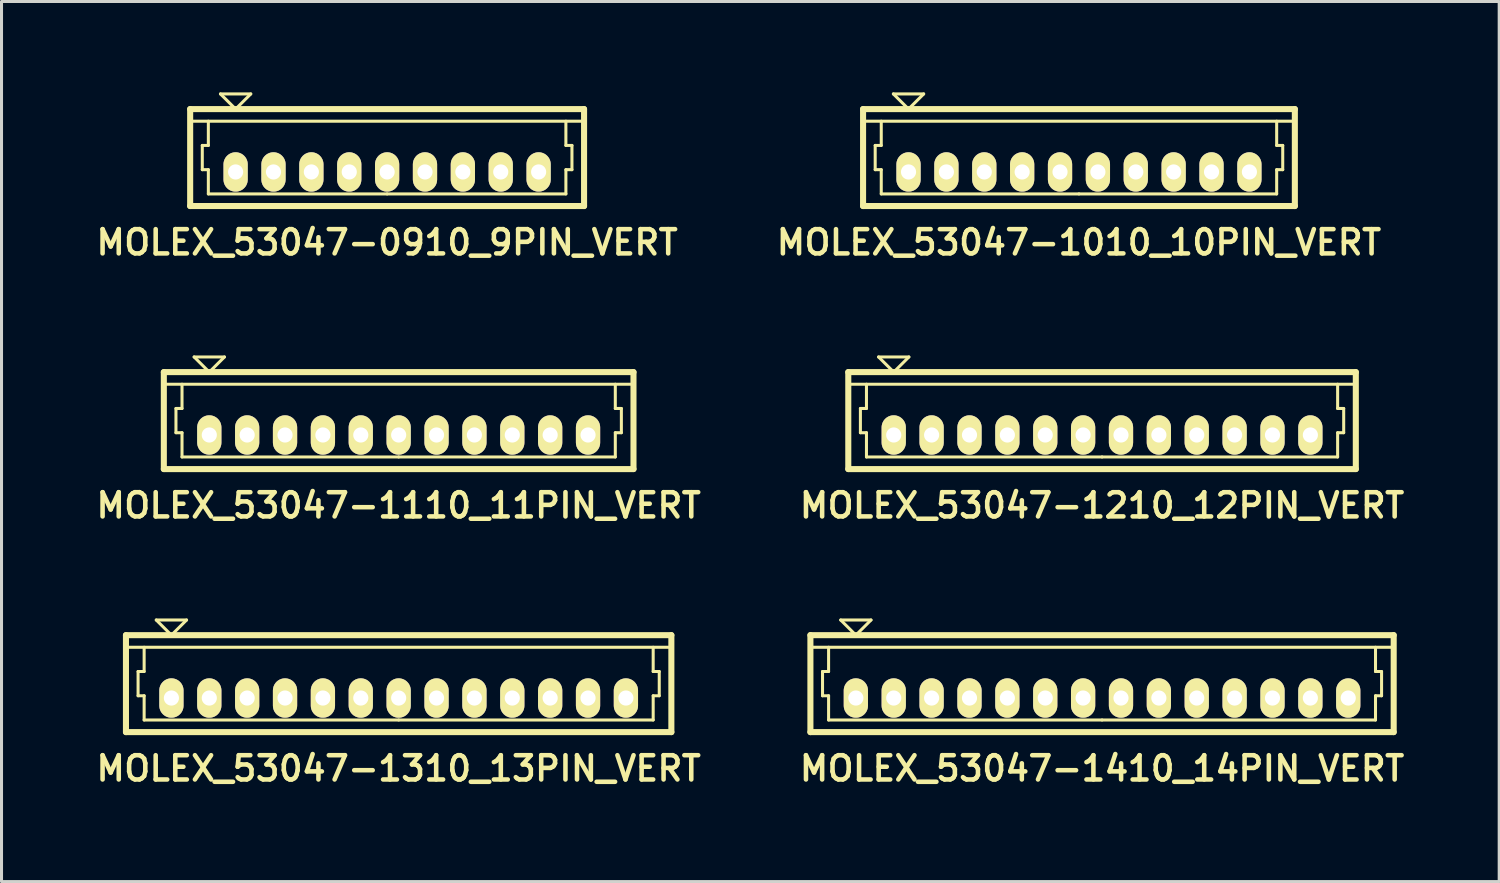
<source format=kicad_pcb>
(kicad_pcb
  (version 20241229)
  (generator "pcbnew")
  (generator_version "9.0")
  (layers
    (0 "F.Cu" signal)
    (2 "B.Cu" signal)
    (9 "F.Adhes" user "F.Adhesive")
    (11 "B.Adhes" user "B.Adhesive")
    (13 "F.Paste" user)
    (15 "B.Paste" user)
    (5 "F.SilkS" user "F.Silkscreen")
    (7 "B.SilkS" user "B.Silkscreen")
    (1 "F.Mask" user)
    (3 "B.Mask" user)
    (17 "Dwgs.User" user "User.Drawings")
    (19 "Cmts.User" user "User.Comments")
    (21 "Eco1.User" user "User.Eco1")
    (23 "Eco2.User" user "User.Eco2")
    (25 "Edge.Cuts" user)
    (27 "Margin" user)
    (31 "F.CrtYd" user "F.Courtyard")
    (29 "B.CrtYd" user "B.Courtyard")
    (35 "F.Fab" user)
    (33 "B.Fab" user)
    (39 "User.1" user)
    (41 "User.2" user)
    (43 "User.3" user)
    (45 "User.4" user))
  (footprint "MOLEX_53047-0910_9PIN_VERT"
    (layer "F.Cu")
    (at 9.726 2.15)
    (property "Reference" "MOLEX_53047-0910_9PIN_VERT" (at 0 2.8 0) (layer "F.SilkS") (effects (font (size 0.8 0.8) (thickness 0.15))))
    (attr through_hole)
    (fp_line (start -6.5 -1.6) (end -6.5 1.6) (stroke (width 0.2) (type solid)) (layer "F.SilkS"))
    (fp_line (start -6.5 -1.6) (end 6.5 -1.6) (stroke (width 0.2) (type solid)) (layer "F.SilkS"))
    (fp_line (start -6.5 -1.2) (end 6.5 -1.2) (stroke (width 0.1) (type solid)) (layer "F.SilkS"))
    (fp_line (start -6.5 1.6) (end 6.5 1.6) (stroke (width 0.2) (type solid)) (layer "F.SilkS"))
    (fp_line (start -6.1 -0.4) (end -5.9 -0.4) (stroke (width 0.1) (type solid)) (layer "F.SilkS"))
    (fp_line (start -6.1 0.4) (end -6.1 -0.4) (stroke (width 0.1) (type solid)) (layer "F.SilkS"))
    (fp_line (start -5.9 -0.4) (end -5.9 -1.2) (stroke (width 0.1) (type solid)) (layer "F.SilkS"))
    (fp_line (start -5.9 0.4) (end -6.1 0.4) (stroke (width 0.1) (type solid)) (layer "F.SilkS"))
    (fp_line (start -5.9 1.2) (end -5.9 0.4) (stroke (width 0.1) (type solid)) (layer "F.SilkS"))
    (fp_line (start -5.5 -2.1) (end -5 -1.6) (stroke (width 0.1) (type solid)) (layer "F.SilkS"))
    (fp_line (start -5 -1.6) (end -4.5 -2.1) (stroke (width 0.1) (type solid)) (layer "F.SilkS"))
    (fp_line (start -4.5 -2.1) (end -5.5 -2.1) (stroke (width 0.1) (type solid)) (layer "F.SilkS"))
    (fp_line (start 0 1.2) (end -5.9 1.2) (stroke (width 0.1) (type solid)) (layer "F.SilkS"))
    (fp_line (start 0 1.2) (end 5.9 1.2) (stroke (width 0.1) (type solid)) (layer "F.SilkS"))
    (fp_line (start 5.9 -0.4) (end 5.9 -1.2) (stroke (width 0.1) (type solid)) (layer "F.SilkS"))
    (fp_line (start 5.9 0.4) (end 6.1 0.4) (stroke (width 0.1) (type solid)) (layer "F.SilkS"))
    (fp_line (start 5.9 1.2) (end 5.9 0.4) (stroke (width 0.1) (type solid)) (layer "F.SilkS"))
    (fp_line (start 6.1 -0.4) (end 5.9 -0.4) (stroke (width 0.1) (type solid)) (layer "F.SilkS"))
    (fp_line (start 6.1 0.4) (end 6.1 -0.4) (stroke (width 0.1) (type solid)) (layer "F.SilkS"))
    (fp_line (start 6.5 -1.6) (end 6.5 1.6) (stroke (width 0.2) (type solid)) (layer "F.SilkS"))
    (pad "1" thru_hole oval (at -5 0.475) (size 0.8 1.3) (drill 0.5) (layers "*.Cu" "*.Mask" "F.SilkS"))
    (pad "2" thru_hole oval (at -3.75 0.475) (size 0.8 1.3) (drill 0.5) (layers "*.Cu" "*.Mask" "F.SilkS"))
    (pad "3" thru_hole oval (at -2.5 0.475) (size 0.8 1.3) (drill 0.5) (layers "*.Cu" "*.Mask" "F.SilkS"))
    (pad "4" thru_hole oval (at -1.25 0.475) (size 0.8 1.3) (drill 0.5) (layers "*.Cu" "*.Mask" "F.SilkS"))
    (pad "5" thru_hole oval (at 0 0.475) (size 0.8 1.3) (drill 0.5) (layers "*.Cu" "*.Mask" "F.SilkS"))
    (pad "6" thru_hole oval (at 1.25 0.475) (size 0.8 1.3) (drill 0.5) (layers "*.Cu" "*.Mask" "F.SilkS"))
    (pad "7" thru_hole oval (at 2.5 0.475) (size 0.8 1.3) (drill 0.5) (layers "*.Cu" "*.Mask" "F.SilkS"))
    (pad "8" thru_hole oval (at 3.75 0.475) (size 0.8 1.3) (drill 0.5) (layers "*.Cu" "*.Mask" "F.SilkS"))
    (pad "9" thru_hole oval (at 5 0.475) (size 0.8 1.3) (drill 0.5) (layers "*.Cu" "*.Mask" "F.SilkS")))
  (footprint "MOLEX_53047-1410_14PIN_VERT"
    (layer "F.Cu")
    (at 33.321 19.512)
    (property "Reference" "MOLEX_53047-1410_14PIN_VERT" (at 0 2.8 0) (layer "F.SilkS") (effects (font (size 0.8 0.8) (thickness 0.15))))
    (attr through_hole)
    (fp_line (start -9.625 -1.6) (end -9.625 1.6) (stroke (width 0.2) (type solid)) (layer "F.SilkS"))
    (fp_line (start -9.625 -1.6) (end 9.625 -1.6) (stroke (width 0.2) (type solid)) (layer "F.SilkS"))
    (fp_line (start -9.625 -1.2) (end 9.625 -1.2) (stroke (width 0.1) (type solid)) (layer "F.SilkS"))
    (fp_line (start -9.625 1.6) (end 9.625 1.6) (stroke (width 0.2) (type solid)) (layer "F.SilkS"))
    (fp_line (start -9.225 -0.4) (end -9.025 -0.4) (stroke (width 0.1) (type solid)) (layer "F.SilkS"))
    (fp_line (start -9.225 0.4) (end -9.225 -0.4) (stroke (width 0.1) (type solid)) (layer "F.SilkS"))
    (fp_line (start -9.025 -0.4) (end -9.025 -1.2) (stroke (width 0.1) (type solid)) (layer "F.SilkS"))
    (fp_line (start -9.025 0.4) (end -9.225 0.4) (stroke (width 0.1) (type solid)) (layer "F.SilkS"))
    (fp_line (start -9.025 1.2) (end -9.025 0.4) (stroke (width 0.1) (type solid)) (layer "F.SilkS"))
    (fp_line (start -8.625 -2.1) (end -8.125 -1.6) (stroke (width 0.1) (type solid)) (layer "F.SilkS"))
    (fp_line (start -8.125 -1.6) (end -7.625 -2.1) (stroke (width 0.1) (type solid)) (layer "F.SilkS"))
    (fp_line (start -7.625 -2.1) (end -8.625 -2.1) (stroke (width 0.1) (type solid)) (layer "F.SilkS"))
    (fp_line (start 0 1.2) (end -9.025 1.2) (stroke (width 0.1) (type solid)) (layer "F.SilkS"))
    (fp_line (start 0 1.2) (end 9.025 1.2) (stroke (width 0.1) (type solid)) (layer "F.SilkS"))
    (fp_line (start 9.025 -0.4) (end 9.025 -1.2) (stroke (width 0.1) (type solid)) (layer "F.SilkS"))
    (fp_line (start 9.025 0.4) (end 9.225 0.4) (stroke (width 0.1) (type solid)) (layer "F.SilkS"))
    (fp_line (start 9.025 1.2) (end 9.025 0.4) (stroke (width 0.1) (type solid)) (layer "F.SilkS"))
    (fp_line (start 9.225 -0.4) (end 9.025 -0.4) (stroke (width 0.1) (type solid)) (layer "F.SilkS"))
    (fp_line (start 9.225 0.4) (end 9.225 -0.4) (stroke (width 0.1) (type solid)) (layer "F.SilkS"))
    (fp_line (start 9.625 -1.6) (end 9.625 1.6) (stroke (width 0.2) (type solid)) (layer "F.SilkS"))
    (pad "1" thru_hole oval (at -8.125 0.475) (size 0.8 1.3) (drill 0.5) (layers "*.Cu" "*.Mask" "F.SilkS"))
    (pad "2" thru_hole oval (at -6.875 0.475) (size 0.8 1.3) (drill 0.5) (layers "*.Cu" "*.Mask" "F.SilkS"))
    (pad "3" thru_hole oval (at -5.625 0.475) (size 0.8 1.3) (drill 0.5) (layers "*.Cu" "*.Mask" "F.SilkS"))
    (pad "4" thru_hole oval (at -4.375 0.475) (size 0.8 1.3) (drill 0.5) (layers "*.Cu" "*.Mask" "F.SilkS"))
    (pad "5" thru_hole oval (at -3.125 0.475) (size 0.8 1.3) (drill 0.5) (layers "*.Cu" "*.Mask" "F.SilkS"))
    (pad "6" thru_hole oval (at -1.875 0.475) (size 0.8 1.3) (drill 0.5) (layers "*.Cu" "*.Mask" "F.SilkS"))
    (pad "7" thru_hole oval (at -0.625 0.475) (size 0.8 1.3) (drill 0.5) (layers "*.Cu" "*.Mask" "F.SilkS"))
    (pad "8" thru_hole oval (at 0.625 0.475) (size 0.8 1.3) (drill 0.5) (layers "*.Cu" "*.Mask" "F.SilkS"))
    (pad "9" thru_hole oval (at 1.875 0.475) (size 0.8 1.3) (drill 0.5) (layers "*.Cu" "*.Mask" "F.SilkS"))
    (pad "10" thru_hole oval (at 3.125 0.475) (size 0.8 1.3) (drill 0.5) (layers "*.Cu" "*.Mask" "F.SilkS"))
    (pad "11" thru_hole oval (at 4.375 0.475) (size 0.8 1.3) (drill 0.5) (layers "*.Cu" "*.Mask" "F.SilkS"))
    (pad "12" thru_hole oval (at 5.625 0.475) (size 0.8 1.3) (drill 0.5) (layers "*.Cu" "*.Mask" "F.SilkS"))
    (pad "13" thru_hole oval (at 6.875 0.475) (size 0.8 1.3) (drill 0.5) (layers "*.Cu" "*.Mask" "F.SilkS"))
    (pad "14" thru_hole oval (at 8.125 0.475) (size 0.8 1.3) (drill 0.5) (layers "*.Cu" "*.Mask" "F.SilkS")))
  (footprint "MOLEX_53047-1210_12PIN_VERT"
    (layer "F.Cu")
    (at 33.321 10.831)
    (property "Reference" "MOLEX_53047-1210_12PIN_VERT" (at 0 2.8 0) (layer "F.SilkS") (effects (font (size 0.8 0.8) (thickness 0.15))))
    (attr through_hole)
    (fp_line (start -8.375 -1.6) (end -8.375 1.6) (stroke (width 0.2) (type solid)) (layer "F.SilkS"))
    (fp_line (start -8.375 -1.6) (end 8.375 -1.6) (stroke (width 0.2) (type solid)) (layer "F.SilkS"))
    (fp_line (start -8.375 -1.2) (end 8.375 -1.2) (stroke (width 0.1) (type solid)) (layer "F.SilkS"))
    (fp_line (start -8.375 1.6) (end 8.375 1.6) (stroke (width 0.2) (type solid)) (layer "F.SilkS"))
    (fp_line (start -7.975 -0.4) (end -7.775 -0.4) (stroke (width 0.1) (type solid)) (layer "F.SilkS"))
    (fp_line (start -7.975 0.4) (end -7.975 -0.4) (stroke (width 0.1) (type solid)) (layer "F.SilkS"))
    (fp_line (start -7.775 -0.4) (end -7.775 -1.2) (stroke (width 0.1) (type solid)) (layer "F.SilkS"))
    (fp_line (start -7.775 0.4) (end -7.975 0.4) (stroke (width 0.1) (type solid)) (layer "F.SilkS"))
    (fp_line (start -7.775 1.2) (end -7.775 0.4) (stroke (width 0.1) (type solid)) (layer "F.SilkS"))
    (fp_line (start -7.375 -2.1) (end -6.875 -1.6) (stroke (width 0.1) (type solid)) (layer "F.SilkS"))
    (fp_line (start -6.875 -1.6) (end -6.375 -2.1) (stroke (width 0.1) (type solid)) (layer "F.SilkS"))
    (fp_line (start -6.375 -2.1) (end -7.375 -2.1) (stroke (width 0.1) (type solid)) (layer "F.SilkS"))
    (fp_line (start 0 1.2) (end -7.775 1.2) (stroke (width 0.1) (type solid)) (layer "F.SilkS"))
    (fp_line (start 0 1.2) (end 7.775 1.2) (stroke (width 0.1) (type solid)) (layer "F.SilkS"))
    (fp_line (start 7.775 -0.4) (end 7.775 -1.2) (stroke (width 0.1) (type solid)) (layer "F.SilkS"))
    (fp_line (start 7.775 0.4) (end 7.975 0.4) (stroke (width 0.1) (type solid)) (layer "F.SilkS"))
    (fp_line (start 7.775 1.2) (end 7.775 0.4) (stroke (width 0.1) (type solid)) (layer "F.SilkS"))
    (fp_line (start 7.975 -0.4) (end 7.775 -0.4) (stroke (width 0.1) (type solid)) (layer "F.SilkS"))
    (fp_line (start 7.975 0.4) (end 7.975 -0.4) (stroke (width 0.1) (type solid)) (layer "F.SilkS"))
    (fp_line (start 8.375 -1.6) (end 8.375 1.6) (stroke (width 0.2) (type solid)) (layer "F.SilkS"))
    (pad "1" thru_hole oval (at -6.875 0.475) (size 0.8 1.3) (drill 0.5) (layers "*.Cu" "*.Mask" "F.SilkS"))
    (pad "2" thru_hole oval (at -5.625 0.475) (size 0.8 1.3) (drill 0.5) (layers "*.Cu" "*.Mask" "F.SilkS"))
    (pad "3" thru_hole oval (at -4.375 0.475) (size 0.8 1.3) (drill 0.5) (layers "*.Cu" "*.Mask" "F.SilkS"))
    (pad "4" thru_hole oval (at -3.125 0.475) (size 0.8 1.3) (drill 0.5) (layers "*.Cu" "*.Mask" "F.SilkS"))
    (pad "5" thru_hole oval (at -1.875 0.475) (size 0.8 1.3) (drill 0.5) (layers "*.Cu" "*.Mask" "F.SilkS"))
    (pad "6" thru_hole oval (at -0.625 0.475) (size 0.8 1.3) (drill 0.5) (layers "*.Cu" "*.Mask" "F.SilkS"))
    (pad "7" thru_hole oval (at 0.625 0.475) (size 0.8 1.3) (drill 0.5) (layers "*.Cu" "*.Mask" "F.SilkS"))
    (pad "8" thru_hole oval (at 1.875 0.475) (size 0.8 1.3) (drill 0.5) (layers "*.Cu" "*.Mask" "F.SilkS"))
    (pad "9" thru_hole oval (at 3.125 0.475) (size 0.8 1.3) (drill 0.5) (layers "*.Cu" "*.Mask" "F.SilkS"))
    (pad "10" thru_hole oval (at 4.375 0.475) (size 0.8 1.3) (drill 0.5) (layers "*.Cu" "*.Mask" "F.SilkS"))
    (pad "11" thru_hole oval (at 5.625 0.475) (size 0.8 1.3) (drill 0.5) (layers "*.Cu" "*.Mask" "F.SilkS"))
    (pad "12" thru_hole oval (at 6.875 0.475) (size 0.8 1.3) (drill 0.5) (layers "*.Cu" "*.Mask" "F.SilkS")))
  (footprint "MOLEX_53047-1110_11PIN_VERT"
    (layer "F.Cu")
    (at 10.107 10.831)
    (property "Reference" "MOLEX_53047-1110_11PIN_VERT" (at 0 2.8 0) (layer "F.SilkS") (effects (font (size 0.8 0.8) (thickness 0.15))))
    (attr through_hole)
    (fp_line (start -7.75 -1.6) (end -7.75 1.6) (stroke (width 0.2) (type solid)) (layer "F.SilkS"))
    (fp_line (start -7.75 -1.6) (end 7.75 -1.6) (stroke (width 0.2) (type solid)) (layer "F.SilkS"))
    (fp_line (start -7.75 -1.2) (end 7.75 -1.2) (stroke (width 0.1) (type solid)) (layer "F.SilkS"))
    (fp_line (start -7.75 1.6) (end 7.75 1.6) (stroke (width 0.2) (type solid)) (layer "F.SilkS"))
    (fp_line (start -7.35 -0.4) (end -7.15 -0.4) (stroke (width 0.1) (type solid)) (layer "F.SilkS"))
    (fp_line (start -7.35 0.4) (end -7.35 -0.4) (stroke (width 0.1) (type solid)) (layer "F.SilkS"))
    (fp_line (start -7.15 -0.4) (end -7.15 -1.2) (stroke (width 0.1) (type solid)) (layer "F.SilkS"))
    (fp_line (start -7.15 0.4) (end -7.35 0.4) (stroke (width 0.1) (type solid)) (layer "F.SilkS"))
    (fp_line (start -7.15 1.2) (end -7.15 0.4) (stroke (width 0.1) (type solid)) (layer "F.SilkS"))
    (fp_line (start -6.75 -2.1) (end -6.25 -1.6) (stroke (width 0.1) (type solid)) (layer "F.SilkS"))
    (fp_line (start -6.25 -1.6) (end -5.75 -2.1) (stroke (width 0.1) (type solid)) (layer "F.SilkS"))
    (fp_line (start -5.75 -2.1) (end -6.75 -2.1) (stroke (width 0.1) (type solid)) (layer "F.SilkS"))
    (fp_line (start 0 1.2) (end -7.15 1.2) (stroke (width 0.1) (type solid)) (layer "F.SilkS"))
    (fp_line (start 0 1.2) (end 7.15 1.2) (stroke (width 0.1) (type solid)) (layer "F.SilkS"))
    (fp_line (start 7.15 -0.4) (end 7.15 -1.2) (stroke (width 0.1) (type solid)) (layer "F.SilkS"))
    (fp_line (start 7.15 0.4) (end 7.35 0.4) (stroke (width 0.1) (type solid)) (layer "F.SilkS"))
    (fp_line (start 7.15 1.2) (end 7.15 0.4) (stroke (width 0.1) (type solid)) (layer "F.SilkS"))
    (fp_line (start 7.35 -0.4) (end 7.15 -0.4) (stroke (width 0.1) (type solid)) (layer "F.SilkS"))
    (fp_line (start 7.35 0.4) (end 7.35 -0.4) (stroke (width 0.1) (type solid)) (layer "F.SilkS"))
    (fp_line (start 7.75 -1.6) (end 7.75 1.6) (stroke (width 0.2) (type solid)) (layer "F.SilkS"))
    (pad "1" thru_hole oval (at -6.25 0.475) (size 0.8 1.3) (drill 0.5) (layers "*.Cu" "*.Mask" "F.SilkS"))
    (pad "2" thru_hole oval (at -5 0.475) (size 0.8 1.3) (drill 0.5) (layers "*.Cu" "*.Mask" "F.SilkS"))
    (pad "3" thru_hole oval (at -3.75 0.475) (size 0.8 1.3) (drill 0.5) (layers "*.Cu" "*.Mask" "F.SilkS"))
    (pad "4" thru_hole oval (at -2.5 0.475) (size 0.8 1.3) (drill 0.5) (layers "*.Cu" "*.Mask" "F.SilkS"))
    (pad "5" thru_hole oval (at -1.25 0.475) (size 0.8 1.3) (drill 0.5) (layers "*.Cu" "*.Mask" "F.SilkS"))
    (pad "6" thru_hole oval (at 0 0.475) (size 0.8 1.3) (drill 0.5) (layers "*.Cu" "*.Mask" "F.SilkS"))
    (pad "7" thru_hole oval (at 1.25 0.475) (size 0.8 1.3) (drill 0.5) (layers "*.Cu" "*.Mask" "F.SilkS"))
    (pad "8" thru_hole oval (at 2.5 0.475) (size 0.8 1.3) (drill 0.5) (layers "*.Cu" "*.Mask" "F.SilkS"))
    (pad "9" thru_hole oval (at 3.75 0.475) (size 0.8 1.3) (drill 0.5) (layers "*.Cu" "*.Mask" "F.SilkS"))
    (pad "10" thru_hole oval (at 5 0.475) (size 0.8 1.3) (drill 0.5) (layers "*.Cu" "*.Mask" "F.SilkS"))
    (pad "11" thru_hole oval (at 6.25 0.475) (size 0.8 1.3) (drill 0.5) (layers "*.Cu" "*.Mask" "F.SilkS")))
  (footprint "MOLEX_53047-1010_10PIN_VERT"
    (layer "F.Cu")
    (at 32.559 2.15)
    (property "Reference" "MOLEX_53047-1010_10PIN_VERT" (at 0 2.8 0) (layer "F.SilkS") (effects (font (size 0.8 0.8) (thickness 0.15))))
    (attr through_hole)
    (fp_line (start -7.125 -1.6) (end -7.125 1.6) (stroke (width 0.2) (type solid)) (layer "F.SilkS"))
    (fp_line (start -7.125 -1.6) (end 7.125 -1.6) (stroke (width 0.2) (type solid)) (layer "F.SilkS"))
    (fp_line (start -7.125 -1.2) (end 7.125 -1.2) (stroke (width 0.1) (type solid)) (layer "F.SilkS"))
    (fp_line (start -7.125 1.6) (end 7.125 1.6) (stroke (width 0.2) (type solid)) (layer "F.SilkS"))
    (fp_line (start -6.725 -0.4) (end -6.525 -0.4) (stroke (width 0.1) (type solid)) (layer "F.SilkS"))
    (fp_line (start -6.725 0.4) (end -6.725 -0.4) (stroke (width 0.1) (type solid)) (layer "F.SilkS"))
    (fp_line (start -6.525 -0.4) (end -6.525 -1.2) (stroke (width 0.1) (type solid)) (layer "F.SilkS"))
    (fp_line (start -6.525 0.4) (end -6.725 0.4) (stroke (width 0.1) (type solid)) (layer "F.SilkS"))
    (fp_line (start -6.525 1.2) (end -6.525 0.4) (stroke (width 0.1) (type solid)) (layer "F.SilkS"))
    (fp_line (start -6.125 -2.1) (end -5.625 -1.6) (stroke (width 0.1) (type solid)) (layer "F.SilkS"))
    (fp_line (start -5.625 -1.6) (end -5.125 -2.1) (stroke (width 0.1) (type solid)) (layer "F.SilkS"))
    (fp_line (start -5.125 -2.1) (end -6.125 -2.1) (stroke (width 0.1) (type solid)) (layer "F.SilkS"))
    (fp_line (start 0 1.2) (end -6.525 1.2) (stroke (width 0.1) (type solid)) (layer "F.SilkS"))
    (fp_line (start 0 1.2) (end 6.525 1.2) (stroke (width 0.1) (type solid)) (layer "F.SilkS"))
    (fp_line (start 6.525 -0.4) (end 6.525 -1.2) (stroke (width 0.1) (type solid)) (layer "F.SilkS"))
    (fp_line (start 6.525 0.4) (end 6.725 0.4) (stroke (width 0.1) (type solid)) (layer "F.SilkS"))
    (fp_line (start 6.525 1.2) (end 6.525 0.4) (stroke (width 0.1) (type solid)) (layer "F.SilkS"))
    (fp_line (start 6.725 -0.4) (end 6.525 -0.4) (stroke (width 0.1) (type solid)) (layer "F.SilkS"))
    (fp_line (start 6.725 0.4) (end 6.725 -0.4) (stroke (width 0.1) (type solid)) (layer "F.SilkS"))
    (fp_line (start 7.125 -1.6) (end 7.125 1.6) (stroke (width 0.2) (type solid)) (layer "F.SilkS"))
    (pad "1" thru_hole oval (at -5.625 0.475) (size 0.8 1.3) (drill 0.5) (layers "*.Cu" "*.Mask" "F.SilkS"))
    (pad "2" thru_hole oval (at -4.375 0.475) (size 0.8 1.3) (drill 0.5) (layers "*.Cu" "*.Mask" "F.SilkS"))
    (pad "3" thru_hole oval (at -3.125 0.475) (size 0.8 1.3) (drill 0.5) (layers "*.Cu" "*.Mask" "F.SilkS"))
    (pad "4" thru_hole oval (at -1.875 0.475) (size 0.8 1.3) (drill 0.5) (layers "*.Cu" "*.Mask" "F.SilkS"))
    (pad "5" thru_hole oval (at -0.625 0.475) (size 0.8 1.3) (drill 0.5) (layers "*.Cu" "*.Mask" "F.SilkS"))
    (pad "6" thru_hole oval (at 0.625 0.475) (size 0.8 1.3) (drill 0.5) (layers "*.Cu" "*.Mask" "F.SilkS"))
    (pad "7" thru_hole oval (at 1.875 0.475) (size 0.8 1.3) (drill 0.5) (layers "*.Cu" "*.Mask" "F.SilkS"))
    (pad "8" thru_hole oval (at 3.125 0.475) (size 0.8 1.3) (drill 0.5) (layers "*.Cu" "*.Mask" "F.SilkS"))
    (pad "9" thru_hole oval (at 4.375 0.475) (size 0.8 1.3) (drill 0.5) (layers "*.Cu" "*.Mask" "F.SilkS"))
    (pad "10" thru_hole oval (at 5.625 0.475) (size 0.8 1.3) (drill 0.5) (layers "*.Cu" "*.Mask" "F.SilkS")))
  (footprint "MOLEX_53047-1310_13PIN_VERT"
    (layer "F.Cu")
    (at 10.107 19.512)
    (property "Reference" "MOLEX_53047-1310_13PIN_VERT" (at 0 2.8 0) (layer "F.SilkS") (effects (font (size 0.8 0.8) (thickness 0.15))))
    (attr through_hole)
    (fp_line (start -9 -1.6) (end -9 1.6) (stroke (width 0.2) (type solid)) (layer "F.SilkS"))
    (fp_line (start -9 -1.6) (end 9 -1.6) (stroke (width 0.2) (type solid)) (layer "F.SilkS"))
    (fp_line (start -9 -1.2) (end 9 -1.2) (stroke (width 0.1) (type solid)) (layer "F.SilkS"))
    (fp_line (start -9 1.6) (end 9 1.6) (stroke (width 0.2) (type solid)) (layer "F.SilkS"))
    (fp_line (start -8.6 -0.4) (end -8.4 -0.4) (stroke (width 0.1) (type solid)) (layer "F.SilkS"))
    (fp_line (start -8.6 0.4) (end -8.6 -0.4) (stroke (width 0.1) (type solid)) (layer "F.SilkS"))
    (fp_line (start -8.4 -0.4) (end -8.4 -1.2) (stroke (width 0.1) (type solid)) (layer "F.SilkS"))
    (fp_line (start -8.4 0.4) (end -8.6 0.4) (stroke (width 0.1) (type solid)) (layer "F.SilkS"))
    (fp_line (start -8.4 1.2) (end -8.4 0.4) (stroke (width 0.1) (type solid)) (layer "F.SilkS"))
    (fp_line (start -8 -2.1) (end -7.5 -1.6) (stroke (width 0.1) (type solid)) (layer "F.SilkS"))
    (fp_line (start -7.5 -1.6) (end -7 -2.1) (stroke (width 0.1) (type solid)) (layer "F.SilkS"))
    (fp_line (start -7 -2.1) (end -8 -2.1) (stroke (width 0.1) (type solid)) (layer "F.SilkS"))
    (fp_line (start 0 1.2) (end -8.4 1.2) (stroke (width 0.1) (type solid)) (layer "F.SilkS"))
    (fp_line (start 0 1.2) (end 8.4 1.2) (stroke (width 0.1) (type solid)) (layer "F.SilkS"))
    (fp_line (start 8.4 -0.4) (end 8.4 -1.2) (stroke (width 0.1) (type solid)) (layer "F.SilkS"))
    (fp_line (start 8.4 0.4) (end 8.6 0.4) (stroke (width 0.1) (type solid)) (layer "F.SilkS"))
    (fp_line (start 8.4 1.2) (end 8.4 0.4) (stroke (width 0.1) (type solid)) (layer "F.SilkS"))
    (fp_line (start 8.6 -0.4) (end 8.4 -0.4) (stroke (width 0.1) (type solid)) (layer "F.SilkS"))
    (fp_line (start 8.6 0.4) (end 8.6 -0.4) (stroke (width 0.1) (type solid)) (layer "F.SilkS"))
    (fp_line (start 9 -1.6) (end 9 1.6) (stroke (width 0.2) (type solid)) (layer "F.SilkS"))
    (pad "1" thru_hole oval (at -7.5 0.475) (size 0.8 1.3) (drill 0.5) (layers "*.Cu" "*.Mask" "F.SilkS"))
    (pad "2" thru_hole oval (at -6.25 0.475) (size 0.8 1.3) (drill 0.5) (layers "*.Cu" "*.Mask" "F.SilkS"))
    (pad "3" thru_hole oval (at -5 0.475) (size 0.8 1.3) (drill 0.5) (layers "*.Cu" "*.Mask" "F.SilkS"))
    (pad "4" thru_hole oval (at -3.75 0.475) (size 0.8 1.3) (drill 0.5) (layers "*.Cu" "*.Mask" "F.SilkS"))
    (pad "5" thru_hole oval (at -2.5 0.475) (size 0.8 1.3) (drill 0.5) (layers "*.Cu" "*.Mask" "F.SilkS"))
    (pad "6" thru_hole oval (at -1.25 0.475) (size 0.8 1.3) (drill 0.5) (layers "*.Cu" "*.Mask" "F.SilkS"))
    (pad "7" thru_hole oval (at 0 0.475) (size 0.8 1.3) (drill 0.5) (layers "*.Cu" "*.Mask" "F.SilkS"))
    (pad "8" thru_hole oval (at 1.25 0.475) (size 0.8 1.3) (drill 0.5) (layers "*.Cu" "*.Mask" "F.SilkS"))
    (pad "9" thru_hole oval (at 2.5 0.475) (size 0.8 1.3) (drill 0.5) (layers "*.Cu" "*.Mask" "F.SilkS"))
    (pad "10" thru_hole oval (at 3.75 0.475) (size 0.8 1.3) (drill 0.5) (layers "*.Cu" "*.Mask" "F.SilkS"))
    (pad "11" thru_hole oval (at 5 0.475) (size 0.8 1.3) (drill 0.5) (layers "*.Cu" "*.Mask" "F.SilkS"))
    (pad "12" thru_hole oval (at 6.25 0.475) (size 0.8 1.3) (drill 0.5) (layers "*.Cu" "*.Mask" "F.SilkS"))
    (pad "13" thru_hole oval (at 7.5 0.475) (size 0.8 1.3) (drill 0.5) (layers "*.Cu" "*.Mask" "F.SilkS")))
  (gr_rect
    (start -3 -3)
    (end 46.428 26.044)
    (stroke (width 0.1) (type default))
    (fill no)
    (layer "Edge.Cuts")))
</source>
